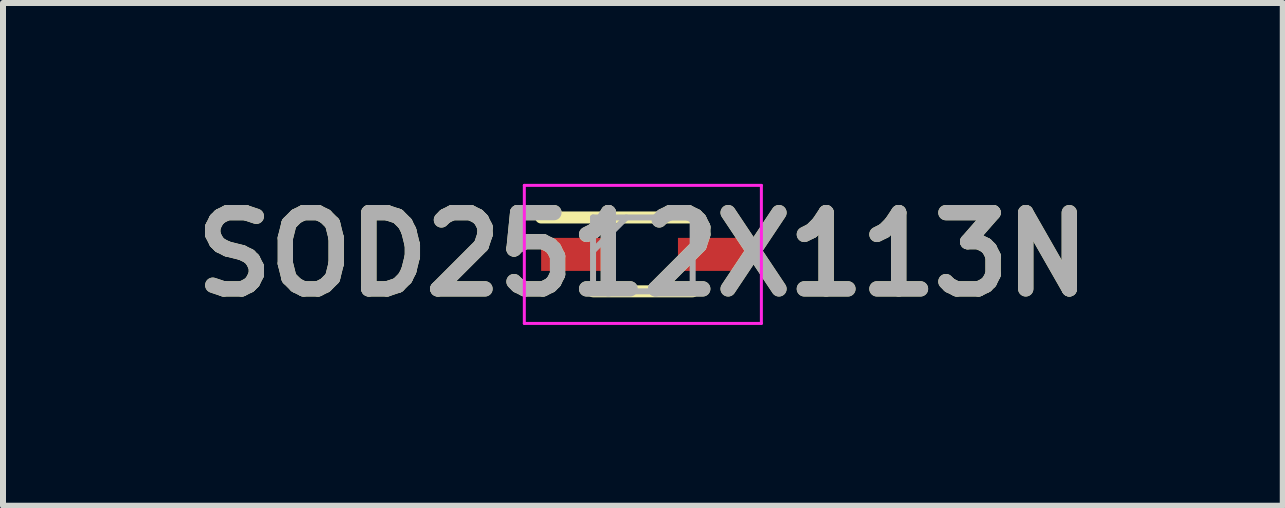
<source format=kicad_pcb>
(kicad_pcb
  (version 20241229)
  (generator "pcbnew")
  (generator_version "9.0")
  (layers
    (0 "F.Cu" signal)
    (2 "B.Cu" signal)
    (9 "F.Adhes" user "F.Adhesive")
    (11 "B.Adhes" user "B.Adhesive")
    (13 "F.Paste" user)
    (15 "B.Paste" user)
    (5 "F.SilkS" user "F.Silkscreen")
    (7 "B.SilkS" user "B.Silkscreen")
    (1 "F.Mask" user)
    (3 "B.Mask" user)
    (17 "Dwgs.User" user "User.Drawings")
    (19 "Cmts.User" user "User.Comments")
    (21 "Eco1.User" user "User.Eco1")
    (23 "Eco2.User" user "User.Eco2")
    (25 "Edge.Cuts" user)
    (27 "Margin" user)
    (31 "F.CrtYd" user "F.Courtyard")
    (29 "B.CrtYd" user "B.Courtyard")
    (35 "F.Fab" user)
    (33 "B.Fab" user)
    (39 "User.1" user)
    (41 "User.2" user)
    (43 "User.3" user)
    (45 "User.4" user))
  (footprint "SOD2512X113N"
    (layer "F.Cu")
    (at 7.662 1.189)
    (property "Reference" "SOD2512X113N" (at 0 0 0) (layer "F.SilkS") (effects (font (size 1.27 1.27) (thickness 0.254))))
    (attr smd)
    (fp_line (start -1.695 -0.615) (end 0.83 -0.615) (stroke (width 0.2) (type solid)) (layer "F.SilkS"))
    (fp_line (start -0.83 0.615) (end 0.83 0.615) (stroke (width 0.2) (type solid)) (layer "F.SilkS"))
    (fp_line (start -1.975 -1.15) (end 1.975 -1.15) (stroke (width 0.05) (type solid)) (layer "F.CrtYd"))
    (fp_line (start -1.975 1.15) (end -1.975 -1.15) (stroke (width 0.05) (type solid)) (layer "F.CrtYd"))
    (fp_line (start 1.975 -1.15) (end 1.975 1.15) (stroke (width 0.05) (type solid)) (layer "F.CrtYd"))
    (fp_line (start 1.975 1.15) (end -1.975 1.15) (stroke (width 0.05) (type solid)) (layer "F.CrtYd"))
    (fp_line (start -0.83 -0.615) (end 0.83 -0.615) (stroke (width 0.1) (type solid)) (layer "F.Fab"))
    (fp_line (start -0.83 -0.06) (end -0.275 -0.615) (stroke (width 0.1) (type solid)) (layer "F.Fab"))
    (fp_line (start -0.83 0.615) (end -0.83 -0.615) (stroke (width 0.1) (type solid)) (layer "F.Fab"))
    (fp_line (start 0.83 -0.615) (end 0.83 0.615) (stroke (width 0.1) (type solid)) (layer "F.Fab"))
    (fp_line (start 0.83 0.615) (end -0.83 0.615) (stroke (width 0.1) (type solid)) (layer "F.Fab"))
    (fp_text user "${REFERENCE}" (at 0 0 0) (layer "F.Fab") (effects (font (size 1.27 1.27) (thickness 0.254))))
    (pad "1" smd rect (at -1.14 0 90) (size 0.55 1.11) (layers "F.Cu" "F.Mask" "F.Paste"))
    (pad "2" smd rect (at 1.14 0 90) (size 0.55 1.11) (layers "F.Cu" "F.Mask" "F.Paste")))
  (gr_rect
    (start -3 -3)
    (end 18.325 5.377)
    (stroke (width 0.1) (type default))
    (fill no)
    (layer "Edge.Cuts")))
</source>
